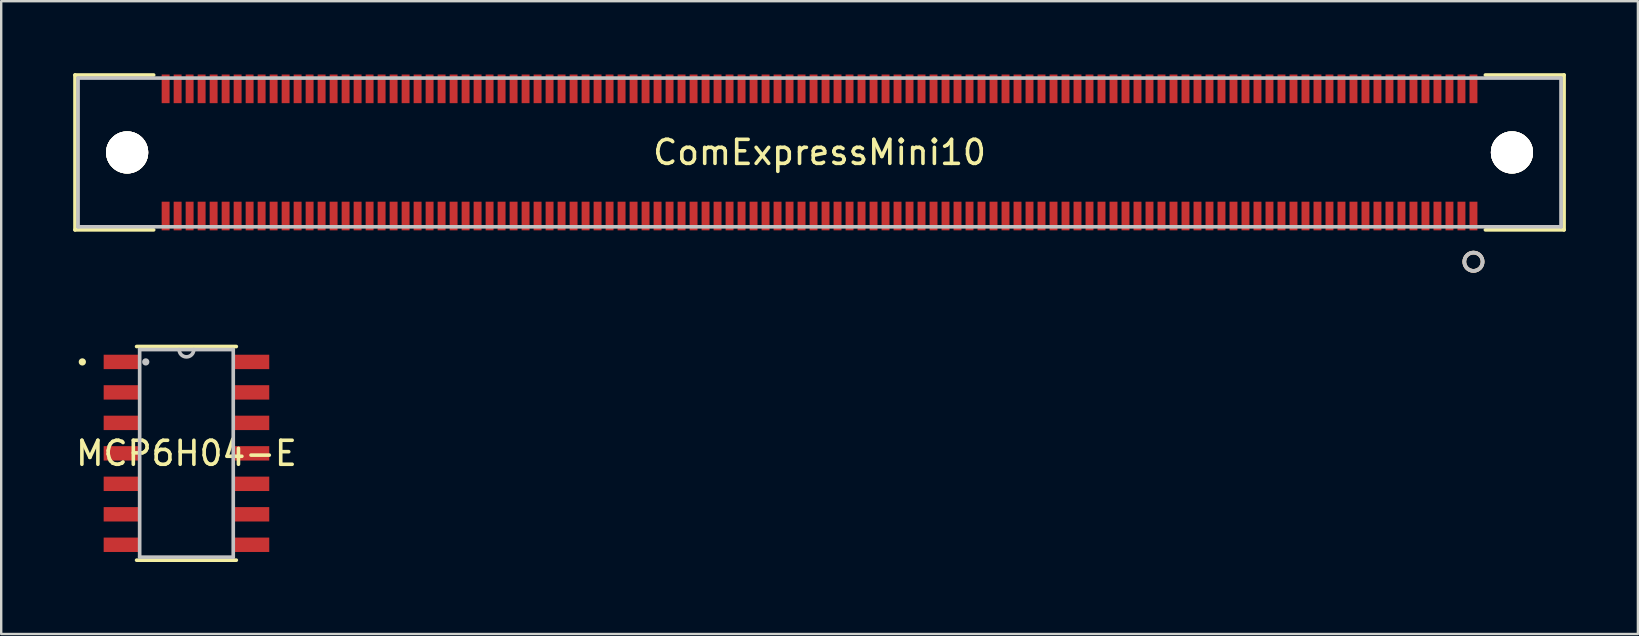
<source format=kicad_pcb>
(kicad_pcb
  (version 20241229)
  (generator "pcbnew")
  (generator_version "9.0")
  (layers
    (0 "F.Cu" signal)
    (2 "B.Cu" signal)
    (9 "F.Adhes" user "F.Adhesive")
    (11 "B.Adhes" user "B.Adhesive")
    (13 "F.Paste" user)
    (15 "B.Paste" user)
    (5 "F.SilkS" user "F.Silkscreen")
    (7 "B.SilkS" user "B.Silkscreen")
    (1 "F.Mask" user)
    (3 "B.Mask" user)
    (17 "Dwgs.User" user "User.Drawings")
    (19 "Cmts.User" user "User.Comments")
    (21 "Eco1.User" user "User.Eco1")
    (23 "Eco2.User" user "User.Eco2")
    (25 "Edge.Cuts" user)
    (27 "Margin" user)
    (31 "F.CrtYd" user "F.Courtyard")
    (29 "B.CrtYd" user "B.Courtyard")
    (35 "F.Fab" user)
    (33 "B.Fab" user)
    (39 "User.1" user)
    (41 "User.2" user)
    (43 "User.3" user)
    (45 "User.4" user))
  (footprint "ComExpressMini10"
    (layer "F.Cu")
    (at 3.852 0.652)
    (property "Reference" "ComExpressMini10" (at 27.25 2.65 0) (layer "F.SilkS") (effects (font (size 1 1) (thickness 0.15))))
    (attr through_hole)
    (fp_line (start -3.776 -0.576) (end -3.776 5.876) (stroke (width 0.152) (type solid)) (layer "F.SilkS"))
    (fp_line (start -3.776 5.876) (end -0.498 5.876) (stroke (width 0.152) (type solid)) (layer "F.SilkS"))
    (fp_line (start -0.498 -0.576) (end -3.776 -0.576) (stroke (width 0.152) (type solid)) (layer "F.SilkS"))
    (fp_line (start 54.998 5.876) (end 58.276 5.876) (stroke (width 0.152) (type solid)) (layer "F.SilkS"))
    (fp_line (start 58.276 -0.576) (end 54.997 -0.576) (stroke (width 0.152) (type solid)) (layer "F.SilkS"))
    (fp_line (start 58.276 5.876) (end 58.276 -0.576) (stroke (width 0.152) (type solid)) (layer "F.SilkS"))
    (fp_circle (center 54.5 7.205) (end 54.881 7.205) (stroke (width 0.152) (type solid)) (fill no) (layer "F.SilkS"))
    (fp_circle (center 54.5 7.205) (end 54.881 7.205) (stroke (width 0.152) (type solid)) (fill no) (layer "B.SilkS"))
    (fp_line (start -3.649 -0.449) (end -3.649 5.749) (stroke (width 0.152) (type solid)) (layer "Dwgs.User"))
    (fp_line (start -3.649 5.749) (end 58.149 5.749) (stroke (width 0.152) (type solid)) (layer "Dwgs.User"))
    (fp_line (start 58.149 -0.449) (end -3.649 -0.449) (stroke (width 0.152) (type solid)) (layer "Dwgs.User"))
    (fp_line (start 58.149 5.749) (end 58.149 -0.449) (stroke (width 0.152) (type solid)) (layer "Dwgs.User"))
    (fp_circle (center 54.5 7.205) (end 54.881 7.205) (stroke (width 0.152) (type solid)) (fill no) (layer "Dwgs.User"))
    (fp_text user "Copyright 2016 Accelerated Designs. All rights reserved." (at 0 0 0) (layer "Cmts.User") (effects (font (size 0.127 0.127) (thickness 0.002))))
    (pad "1" smd rect (at 54.5 5.3) (size 0.33 1.194) (layers "F.Cu"))
    (pad "2" smd rect (at 54 5.3) (size 0.33 1.194) (layers "F.Cu"))
    (pad "3" smd rect (at 53.5 5.3) (size 0.33 1.194) (layers "F.Cu"))
    (pad "4" smd rect (at 53 5.3) (size 0.33 1.194) (layers "F.Cu"))
    (pad "5" smd rect (at 52.5 5.3) (size 0.33 1.194) (layers "F.Cu"))
    (pad "6" smd rect (at 52 5.3) (size 0.33 1.194) (layers "F.Cu"))
    (pad "7" smd rect (at 51.5 5.3) (size 0.33 1.194) (layers "F.Cu"))
    (pad "8" smd rect (at 51 5.3) (size 0.33 1.194) (layers "F.Cu"))
    (pad "9" smd rect (at 50.5 5.3) (size 0.33 1.194) (layers "F.Cu"))
    (pad "10" smd rect (at 50 5.3) (size 0.33 1.194) (layers "F.Cu"))
    (pad "11" smd rect (at 49.5 5.3) (size 0.33 1.194) (layers "F.Cu"))
    (pad "12" smd rect (at 49 5.3) (size 0.33 1.194) (layers "F.Cu"))
    (pad "13" smd rect (at 48.5 5.3) (size 0.33 1.194) (layers "F.Cu"))
    (pad "14" smd rect (at 48 5.3) (size 0.33 1.194) (layers "F.Cu"))
    (pad "15" smd rect (at 47.5 5.3) (size 0.33 1.194) (layers "F.Cu"))
    (pad "16" smd rect (at 47 5.3) (size 0.33 1.194) (layers "F.Cu"))
    (pad "17" smd rect (at 46.5 5.3) (size 0.33 1.194) (layers "F.Cu"))
    (pad "18" smd rect (at 46 5.3) (size 0.33 1.194) (layers "F.Cu"))
    (pad "19" smd rect (at 45.5 5.3) (size 0.33 1.194) (layers "F.Cu"))
    (pad "20" smd rect (at 45 5.3) (size 0.33 1.194) (layers "F.Cu"))
    (pad "21" smd rect (at 44.5 5.3) (size 0.33 1.194) (layers "F.Cu"))
    (pad "22" smd rect (at 44 5.3) (size 0.33 1.194) (layers "F.Cu"))
    (pad "23" smd rect (at 43.5 5.3) (size 0.33 1.194) (layers "F.Cu"))
    (pad "24" smd rect (at 43 5.3) (size 0.33 1.194) (layers "F.Cu"))
    (pad "25" smd rect (at 42.5 5.3) (size 0.33 1.194) (layers "F.Cu"))
    (pad "26" smd rect (at 42 5.3) (size 0.33 1.194) (layers "F.Cu"))
    (pad "27" smd rect (at 41.5 5.3) (size 0.33 1.194) (layers "F.Cu"))
    (pad "28" smd rect (at 41 5.3) (size 0.33 1.194) (layers "F.Cu"))
    (pad "29" smd rect (at 40.5 5.3) (size 0.33 1.194) (layers "F.Cu"))
    (pad "30" smd rect (at 40 5.3) (size 0.33 1.194) (layers "F.Cu"))
    (pad "31" smd rect (at 39.5 5.3) (size 0.33 1.194) (layers "F.Cu"))
    (pad "32" smd rect (at 39 5.3) (size 0.33 1.194) (layers "F.Cu"))
    (pad "33" smd rect (at 38.5 5.3) (size 0.33 1.194) (layers "F.Cu"))
    (pad "34" smd rect (at 38 5.3) (size 0.33 1.194) (layers "F.Cu"))
    (pad "35" smd rect (at 37.5 5.3) (size 0.33 1.194) (layers "F.Cu"))
    (pad "36" smd rect (at 37 5.3) (size 0.33 1.194) (layers "F.Cu"))
    (pad "37" smd rect (at 36.5 5.3) (size 0.33 1.194) (layers "F.Cu"))
    (pad "38" smd rect (at 36 5.3) (size 0.33 1.194) (layers "F.Cu"))
    (pad "39" smd rect (at 35.5 5.3) (size 0.33 1.194) (layers "F.Cu"))
    (pad "40" smd rect (at 35 5.3) (size 0.33 1.194) (layers "F.Cu"))
    (pad "41" smd rect (at 34.5 5.3) (size 0.33 1.194) (layers "F.Cu"))
    (pad "42" smd rect (at 34 5.3) (size 0.33 1.194) (layers "F.Cu"))
    (pad "43" smd rect (at 33.5 5.3) (size 0.33 1.194) (layers "F.Cu"))
    (pad "44" smd rect (at 33 5.3) (size 0.33 1.194) (layers "F.Cu"))
    (pad "45" smd rect (at 32.5 5.3) (size 0.33 1.194) (layers "F.Cu"))
    (pad "46" smd rect (at 32 5.3) (size 0.33 1.194) (layers "F.Cu"))
    (pad "47" smd rect (at 31.5 5.3) (size 0.33 1.194) (layers "F.Cu"))
    (pad "48" smd rect (at 31 5.3) (size 0.33 1.194) (layers "F.Cu"))
    (pad "49" smd rect (at 30.5 5.3) (size 0.33 1.194) (layers "F.Cu"))
    (pad "50" smd rect (at 30 5.3) (size 0.33 1.194) (layers "F.Cu"))
    (pad "51" smd rect (at 29.5 5.3) (size 0.33 1.194) (layers "F.Cu"))
    (pad "52" smd rect (at 29 5.3) (size 0.33 1.194) (layers "F.Cu"))
    (pad "53" smd rect (at 28.5 5.3) (size 0.33 1.194) (layers "F.Cu"))
    (pad "54" smd rect (at 28 5.3) (size 0.33 1.194) (layers "F.Cu"))
    (pad "55" smd rect (at 27.5 5.3) (size 0.33 1.194) (layers "F.Cu"))
    (pad "56" smd rect (at 27 5.3) (size 0.33 1.194) (layers "F.Cu"))
    (pad "57" smd rect (at 26.5 5.3) (size 0.33 1.194) (layers "F.Cu"))
    (pad "58" smd rect (at 26 5.3) (size 0.33 1.194) (layers "F.Cu"))
    (pad "59" smd rect (at 25.5 5.3) (size 0.33 1.194) (layers "F.Cu"))
    (pad "60" smd rect (at 25 5.3) (size 0.33 1.194) (layers "F.Cu"))
    (pad "61" smd rect (at 24.5 5.3) (size 0.33 1.194) (layers "F.Cu"))
    (pad "62" smd rect (at 24 5.3) (size 0.33 1.194) (layers "F.Cu"))
    (pad "63" smd rect (at 23.5 5.3) (size 0.33 1.194) (layers "F.Cu"))
    (pad "64" smd rect (at 23 5.3) (size 0.33 1.194) (layers "F.Cu"))
    (pad "65" smd rect (at 22.5 5.3) (size 0.33 1.194) (layers "F.Cu"))
    (pad "66" smd rect (at 22 5.3) (size 0.33 1.194) (layers "F.Cu"))
    (pad "67" smd rect (at 21.5 5.3) (size 0.33 1.194) (layers "F.Cu"))
    (pad "68" smd rect (at 21 5.3) (size 0.33 1.194) (layers "F.Cu"))
    (pad "69" smd rect (at 20.5 5.3) (size 0.33 1.194) (layers "F.Cu"))
    (pad "70" smd rect (at 20 5.3) (size 0.33 1.194) (layers "F.Cu"))
    (pad "71" smd rect (at 19.5 5.3) (size 0.33 1.194) (layers "F.Cu"))
    (pad "72" smd rect (at 19 5.3) (size 0.33 1.194) (layers "F.Cu"))
    (pad "73" smd rect (at 18.5 5.3) (size 0.33 1.194) (layers "F.Cu"))
    (pad "74" smd rect (at 18 5.3) (size 0.33 1.194) (layers "F.Cu"))
    (pad "75" smd rect (at 17.5 5.3) (size 0.33 1.194) (layers "F.Cu"))
    (pad "76" smd rect (at 17 5.3) (size 0.33 1.194) (layers "F.Cu"))
    (pad "77" smd rect (at 16.5 5.3) (size 0.33 1.194) (layers "F.Cu"))
    (pad "78" smd rect (at 16 5.3) (size 0.33 1.194) (layers "F.Cu"))
    (pad "79" smd rect (at 15.5 5.3) (size 0.33 1.194) (layers "F.Cu"))
    (pad "80" smd rect (at 15 5.3) (size 0.33 1.194) (layers "F.Cu"))
    (pad "81" smd rect (at 14.5 5.3) (size 0.33 1.194) (layers "F.Cu"))
    (pad "82" smd rect (at 14 5.3) (size 0.33 1.194) (layers "F.Cu"))
    (pad "83" smd rect (at 13.5 5.3) (size 0.33 1.194) (layers "F.Cu"))
    (pad "84" smd rect (at 13 5.3) (size 0.33 1.194) (layers "F.Cu"))
    (pad "85" smd rect (at 12.5 5.3) (size 0.33 1.194) (layers "F.Cu"))
    (pad "86" smd rect (at 12 5.3) (size 0.33 1.194) (layers "F.Cu"))
    (pad "87" smd rect (at 11.5 5.3) (size 0.33 1.194) (layers "F.Cu"))
    (pad "88" smd rect (at 11 5.3) (size 0.33 1.194) (layers "F.Cu"))
    (pad "89" smd rect (at 10.5 5.3) (size 0.33 1.194) (layers "F.Cu"))
    (pad "90" smd rect (at 10 5.3) (size 0.33 1.194) (layers "F.Cu"))
    (pad "91" smd rect (at 9.5 5.3) (size 0.33 1.194) (layers "F.Cu"))
    (pad "92" smd rect (at 9 5.3) (size 0.33 1.194) (layers "F.Cu"))
    (pad "93" smd rect (at 8.5 5.3) (size 0.33 1.194) (layers "F.Cu"))
    (pad "94" smd rect (at 8 5.3) (size 0.33 1.194) (layers "F.Cu"))
    (pad "95" smd rect (at 7.5 5.3) (size 0.33 1.194) (layers "F.Cu"))
    (pad "96" smd rect (at 7 5.3) (size 0.33 1.194) (layers "F.Cu"))
    (pad "97" smd rect (at 6.5 5.3) (size 0.33 1.194) (layers "F.Cu"))
    (pad "98" smd rect (at 6 5.3) (size 0.33 1.194) (layers "F.Cu"))
    (pad "99" smd rect (at 5.5 5.3) (size 0.33 1.194) (layers "F.Cu"))
    (pad "100" smd rect (at 5 5.3) (size 0.33 1.194) (layers "F.Cu"))
    (pad "101" smd rect (at 4.5 5.3) (size 0.33 1.194) (layers "F.Cu"))
    (pad "102" smd rect (at 4 5.3) (size 0.33 1.194) (layers "F.Cu"))
    (pad "103" smd rect (at 3.5 5.3) (size 0.33 1.194) (layers "F.Cu"))
    (pad "104" smd rect (at 3 5.3) (size 0.33 1.194) (layers "F.Cu"))
    (pad "105" smd rect (at 2.5 5.3) (size 0.33 1.194) (layers "F.Cu"))
    (pad "106" smd rect (at 2 5.3) (size 0.33 1.194) (layers "F.Cu"))
    (pad "107" smd rect (at 1.5 5.3) (size 0.33 1.194) (layers "F.Cu"))
    (pad "108" smd rect (at 1 5.3) (size 0.33 1.194) (layers "F.Cu"))
    (pad "109" smd rect (at 0.5 5.3) (size 0.33 1.194) (layers "F.Cu"))
    (pad "110" smd rect (at 0.000003 5.3) (size 0.33 1.194) (layers "F.Cu"))
    (pad "111" smd rect (at 54.5 0) (size 0.33 1.194) (layers "F.Cu"))
    (pad "112" smd rect (at 54 0) (size 0.33 1.194) (layers "F.Cu"))
    (pad "113" smd rect (at 53.5 0) (size 0.33 1.194) (layers "F.Cu"))
    (pad "114" smd rect (at 53 0) (size 0.33 1.194) (layers "F.Cu"))
    (pad "115" smd rect (at 52.5 0) (size 0.33 1.194) (layers "F.Cu"))
    (pad "116" smd rect (at 52 0) (size 0.33 1.194) (layers "F.Cu"))
    (pad "117" smd rect (at 51.5 0) (size 0.33 1.194) (layers "F.Cu"))
    (pad "118" smd rect (at 51 0) (size 0.33 1.194) (layers "F.Cu"))
    (pad "119" smd rect (at 50.5 0) (size 0.33 1.194) (layers "F.Cu"))
    (pad "120" smd rect (at 50 0) (size 0.33 1.194) (layers "F.Cu"))
    (pad "121" smd rect (at 49.5 0) (size 0.33 1.194) (layers "F.Cu"))
    (pad "122" smd rect (at 49 0) (size 0.33 1.194) (layers "F.Cu"))
    (pad "123" smd rect (at 48.5 0) (size 0.33 1.194) (layers "F.Cu"))
    (pad "124" smd rect (at 48 0) (size 0.33 1.194) (layers "F.Cu"))
    (pad "125" smd rect (at 47.5 0) (size 0.33 1.194) (layers "F.Cu"))
    (pad "126" smd rect (at 47 0) (size 0.33 1.194) (layers "F.Cu"))
    (pad "127" smd rect (at 46.5 0) (size 0.33 1.194) (layers "F.Cu"))
    (pad "128" smd rect (at 46 0) (size 0.33 1.194) (layers "F.Cu"))
    (pad "129" smd rect (at 45.5 0) (size 0.33 1.194) (layers "F.Cu"))
    (pad "130" smd rect (at 45 0) (size 0.33 1.194) (layers "F.Cu"))
    (pad "131" smd rect (at 44.5 0) (size 0.33 1.194) (layers "F.Cu"))
    (pad "132" smd rect (at 44 0) (size 0.33 1.194) (layers "F.Cu"))
    (pad "133" smd rect (at 43.5 0) (size 0.33 1.194) (layers "F.Cu"))
    (pad "134" smd rect (at 43 0) (size 0.33 1.194) (layers "F.Cu"))
    (pad "135" smd rect (at 42.5 0) (size 0.33 1.194) (layers "F.Cu"))
    (pad "136" smd rect (at 42 0) (size 0.33 1.194) (layers "F.Cu"))
    (pad "137" smd rect (at 41.5 0) (size 0.33 1.194) (layers "F.Cu"))
    (pad "138" smd rect (at 41 0) (size 0.33 1.194) (layers "F.Cu"))
    (pad "139" smd rect (at 40.5 0) (size 0.33 1.194) (layers "F.Cu"))
    (pad "140" smd rect (at 40 0) (size 0.33 1.194) (layers "F.Cu"))
    (pad "141" smd rect (at 39.5 0) (size 0.33 1.194) (layers "F.Cu"))
    (pad "142" smd rect (at 39 0) (size 0.33 1.194) (layers "F.Cu"))
    (pad "143" smd rect (at 38.5 0) (size 0.33 1.194) (layers "F.Cu"))
    (pad "144" smd rect (at 38 0) (size 0.33 1.194) (layers "F.Cu"))
    (pad "145" smd rect (at 37.5 0) (size 0.33 1.194) (layers "F.Cu"))
    (pad "146" smd rect (at 37 0) (size 0.33 1.194) (layers "F.Cu"))
    (pad "147" smd rect (at 36.5 0) (size 0.33 1.194) (layers "F.Cu"))
    (pad "148" smd rect (at 36 0) (size 0.33 1.194) (layers "F.Cu"))
    (pad "149" smd rect (at 35.5 0) (size 0.33 1.194) (layers "F.Cu"))
    (pad "150" smd rect (at 35 0) (size 0.33 1.194) (layers "F.Cu"))
    (pad "151" smd rect (at 34.5 0) (size 0.33 1.194) (layers "F.Cu"))
    (pad "152" smd rect (at 34 0) (size 0.33 1.194) (layers "F.Cu"))
    (pad "153" smd rect (at 33.5 0) (size 0.33 1.194) (layers "F.Cu"))
    (pad "154" smd rect (at 33 0) (size 0.33 1.194) (layers "F.Cu"))
    (pad "155" smd rect (at 32.5 0) (size 0.33 1.194) (layers "F.Cu"))
    (pad "156" smd rect (at 32 0) (size 0.33 1.194) (layers "F.Cu"))
    (pad "157" smd rect (at 31.5 0) (size 0.33 1.194) (layers "F.Cu"))
    (pad "158" smd rect (at 31 0) (size 0.33 1.194) (layers "F.Cu"))
    (pad "159" smd rect (at 30.5 0) (size 0.33 1.194) (layers "F.Cu"))
    (pad "160" smd rect (at 30 0) (size 0.33 1.194) (layers "F.Cu"))
    (pad "161" smd rect (at 29.5 0) (size 0.33 1.194) (layers "F.Cu"))
    (pad "162" smd rect (at 29 0) (size 0.33 1.194) (layers "F.Cu"))
    (pad "163" smd rect (at 28.5 0) (size 0.33 1.194) (layers "F.Cu"))
    (pad "164" smd rect (at 28 0) (size 0.33 1.194) (layers "F.Cu"))
    (pad "165" smd rect (at 27.5 0) (size 0.33 1.194) (layers "F.Cu"))
    (pad "166" smd rect (at 27 0) (size 0.33 1.194) (layers "F.Cu"))
    (pad "167" smd rect (at 26.5 0) (size 0.33 1.194) (layers "F.Cu"))
    (pad "168" smd rect (at 26 0) (size 0.33 1.194) (layers "F.Cu"))
    (pad "169" smd rect (at 25.5 0) (size 0.33 1.194) (layers "F.Cu"))
    (pad "170" smd rect (at 25 0) (size 0.33 1.194) (layers "F.Cu"))
    (pad "171" smd rect (at 24.5 0) (size 0.33 1.194) (layers "F.Cu"))
    (pad "172" smd rect (at 24 0) (size 0.33 1.194) (layers "F.Cu"))
    (pad "173" smd rect (at 23.5 0) (size 0.33 1.194) (layers "F.Cu"))
    (pad "174" smd rect (at 23 0) (size 0.33 1.194) (layers "F.Cu"))
    (pad "175" smd rect (at 22.5 0) (size 0.33 1.194) (layers "F.Cu"))
    (pad "176" smd rect (at 22 0) (size 0.33 1.194) (layers "F.Cu"))
    (pad "177" smd rect (at 21.5 0) (size 0.33 1.194) (layers "F.Cu"))
    (pad "178" smd rect (at 21 0) (size 0.33 1.194) (layers "F.Cu"))
    (pad "179" smd rect (at 20.5 0) (size 0.33 1.194) (layers "F.Cu"))
    (pad "180" smd rect (at 20 0) (size 0.33 1.194) (layers "F.Cu"))
    (pad "181" smd rect (at 19.5 0) (size 0.33 1.194) (layers "F.Cu"))
    (pad "182" smd rect (at 19 0) (size 0.33 1.194) (layers "F.Cu"))
    (pad "183" smd rect (at 18.5 0) (size 0.33 1.194) (layers "F.Cu"))
    (pad "184" smd rect (at 18 0) (size 0.33 1.194) (layers "F.Cu"))
    (pad "185" smd rect (at 17.5 0) (size 0.33 1.194) (layers "F.Cu"))
    (pad "186" smd rect (at 17 0) (size 0.33 1.194) (layers "F.Cu"))
    (pad "187" smd rect (at 16.5 0) (size 0.33 1.194) (layers "F.Cu"))
    (pad "188" smd rect (at 16 0) (size 0.33 1.194) (layers "F.Cu"))
    (pad "189" smd rect (at 15.5 0) (size 0.33 1.194) (layers "F.Cu"))
    (pad "190" smd rect (at 15 0) (size 0.33 1.194) (layers "F.Cu"))
    (pad "191" smd rect (at 14.5 0) (size 0.33 1.194) (layers "F.Cu"))
    (pad "192" smd rect (at 14 0) (size 0.33 1.194) (layers "F.Cu"))
    (pad "193" smd rect (at 13.5 0) (size 0.33 1.194) (layers "F.Cu"))
    (pad "194" smd rect (at 13 0) (size 0.33 1.194) (layers "F.Cu"))
    (pad "195" smd rect (at 12.5 0) (size 0.33 1.194) (layers "F.Cu"))
    (pad "196" smd rect (at 12 0) (size 0.33 1.194) (layers "F.Cu"))
    (pad "197" smd rect (at 11.5 0) (size 0.33 1.194) (layers "F.Cu"))
    (pad "198" smd rect (at 11 0) (size 0.33 1.194) (layers "F.Cu"))
    (pad "199" smd rect (at 10.5 0) (size 0.33 1.194) (layers "F.Cu"))
    (pad "200" smd rect (at 10 0) (size 0.33 1.194) (layers "F.Cu"))
    (pad "201" smd rect (at 9.5 0) (size 0.33 1.194) (layers "F.Cu"))
    (pad "202" smd rect (at 9 0) (size 0.33 1.194) (layers "F.Cu"))
    (pad "203" smd rect (at 8.5 0) (size 0.33 1.194) (layers "F.Cu"))
    (pad "204" smd rect (at 8 0) (size 0.33 1.194) (layers "F.Cu"))
    (pad "205" smd rect (at 7.5 0) (size 0.33 1.194) (layers "F.Cu"))
    (pad "206" smd rect (at 7 0) (size 0.33 1.194) (layers "F.Cu"))
    (pad "207" smd rect (at 6.5 0) (size 0.33 1.194) (layers "F.Cu"))
    (pad "208" smd rect (at 6 0) (size 0.33 1.194) (layers "F.Cu"))
    (pad "209" smd rect (at 5.5 0) (size 0.33 1.194) (layers "F.Cu"))
    (pad "210" smd rect (at 5 0) (size 0.33 1.194) (layers "F.Cu"))
    (pad "211" smd rect (at 4.5 0) (size 0.33 1.194) (layers "F.Cu"))
    (pad "212" smd rect (at 4 0) (size 0.33 1.194) (layers "F.Cu"))
    (pad "213" smd rect (at 3.5 0) (size 0.33 1.194) (layers "F.Cu"))
    (pad "214" smd rect (at 3 0) (size 0.33 1.194) (layers "F.Cu"))
    (pad "215" smd rect (at 2.5 0) (size 0.33 1.194) (layers "F.Cu"))
    (pad "216" smd rect (at 2 0) (size 0.33 1.194) (layers "F.Cu"))
    (pad "217" smd rect (at 1.5 0) (size 0.33 1.194) (layers "F.Cu"))
    (pad "218" smd rect (at 1 0) (size 0.33 1.194) (layers "F.Cu"))
    (pad "219" smd rect (at 0.5 0) (size 0.33 1.194) (layers "F.Cu"))
    (pad "220" smd rect (at 0.000003 0) (size 0.33 1.194) (layers "F.Cu"))
    (pad "221" thru_hole circle (at -1.604 2.65) (size 1.753 1.753) (drill 1.753) (layers "*.Cu" "F.SilkS"))
    (pad "221" thru_hole circle (at -1.604 2.65) (size 1.753 1.753) (drill 1.753) (layers "*.Cu" "F.SilkS"))
    (pad "222" thru_hole circle (at 56.104 2.65) (size 1.753 1.753) (drill 1.753) (layers "*.Cu" "F.SilkS"))
    (pad "222" thru_hole circle (at 56.104 2.65) (size 1.753 1.753) (drill 1.753) (layers "*.Cu" "F.SilkS")))
  (footprint "MCP6H04-E"
    (layer "F.Cu")
    (at 4.72 15.842)
    (property "Reference" "MCP6H04-E" (at 0 0 0) (layer "F.SilkS") (effects (font (size 1 1) (thickness 0.15))))
    (attr through_hole)
    (fp_line (start -2.077 4.452) (end 2.077 4.452) (stroke (width 0.152) (type solid)) (layer "F.SilkS"))
    (fp_line (start 2.077 -4.452) (end -2.077 -4.452) (stroke (width 0.152) (type solid)) (layer "F.SilkS"))
    (fp_circle (center -4.339 -3.81) (end -4.263 -3.81) (stroke (width 0.152) (type solid)) (fill no) (layer "F.SilkS"))
    (fp_line (start -1.95 -4.325) (end -1.95 4.325) (stroke (width 0.152) (type solid)) (layer "Dwgs.User"))
    (fp_line (start -1.95 4.325) (end 1.95 4.325) (stroke (width 0.152) (type solid)) (layer "Dwgs.User"))
    (fp_line (start 1.95 -4.325) (end -1.95 -4.325) (stroke (width 0.152) (type solid)) (layer "Dwgs.User"))
    (fp_line (start 1.95 4.325) (end 1.95 -4.325) (stroke (width 0.152) (type solid)) (layer "Dwgs.User"))
    (fp_arc (start 0.3048 -4.325) (mid 0 -4.0202) (end -0.3048 -4.325) (stroke (width 0.1524) (type solid)) (layer "Dwgs.User"))
    (fp_circle (center -1.696 -3.81) (end -1.62 -3.81) (stroke (width 0.152) (type solid)) (fill no) (layer "Dwgs.User"))
    (fp_text user "Copyright 2016 Accelerated Designs. All rights reserved." (at 0 0 0) (layer "Cmts.User") (effects (font (size 0.127 0.127) (thickness 0.002))))
    (pad "" smd rect (at -2.7 -3.81) (size 1.5 0.6) (layers "F.Mask"))
    (pad "" smd rect (at -2.7 -3.81) (size 1.5 0.6) (layers "F.Paste"))
    (pad "" smd rect (at -2.7 -2.54) (size 1.5 0.6) (layers "F.Mask"))
    (pad "" smd rect (at -2.7 -2.54) (size 1.5 0.6) (layers "F.Paste"))
    (pad "" smd rect (at -2.7 -1.27) (size 1.5 0.6) (layers "F.Mask"))
    (pad "" smd rect (at -2.7 -1.27) (size 1.5 0.6) (layers "F.Paste"))
    (pad "" smd rect (at -2.7 0) (size 1.5 0.6) (layers "F.Mask"))
    (pad "" smd rect (at -2.7 0) (size 1.5 0.6) (layers "F.Paste"))
    (pad "" smd rect (at -2.7 1.27) (size 1.5 0.6) (layers "F.Mask"))
    (pad "" smd rect (at -2.7 1.27) (size 1.5 0.6) (layers "F.Paste"))
    (pad "" smd rect (at -2.7 2.54) (size 1.5 0.6) (layers "F.Mask"))
    (pad "" smd rect (at -2.7 2.54) (size 1.5 0.6) (layers "F.Paste"))
    (pad "" smd rect (at -2.7 3.81) (size 1.5 0.6) (layers "F.Mask"))
    (pad "" smd rect (at -2.7 3.81) (size 1.5 0.6) (layers "F.Paste"))
    (pad "" smd rect (at 2.7 -3.81) (size 1.5 0.6) (layers "F.Mask"))
    (pad "" smd rect (at 2.7 -3.81) (size 1.5 0.6) (layers "F.Paste"))
    (pad "" smd rect (at 2.7 -2.54) (size 1.5 0.6) (layers "F.Mask"))
    (pad "" smd rect (at 2.7 -2.54) (size 1.5 0.6) (layers "F.Paste"))
    (pad "" smd rect (at 2.7 -1.27) (size 1.5 0.6) (layers "F.Mask"))
    (pad "" smd rect (at 2.7 -1.27) (size 1.5 0.6) (layers "F.Paste"))
    (pad "" smd rect (at 2.7 0) (size 1.5 0.6) (layers "F.Mask"))
    (pad "" smd rect (at 2.7 0) (size 1.5 0.6) (layers "F.Paste"))
    (pad "" smd rect (at 2.7 1.27) (size 1.5 0.6) (layers "F.Mask"))
    (pad "" smd rect (at 2.7 1.27) (size 1.5 0.6) (layers "F.Paste"))
    (pad "" smd rect (at 2.7 2.54) (size 1.5 0.6) (layers "F.Mask"))
    (pad "" smd rect (at 2.7 2.54) (size 1.5 0.6) (layers "F.Paste"))
    (pad "" smd rect (at 2.7 3.81) (size 1.5 0.6) (layers "F.Mask"))
    (pad "" smd rect (at 2.7 3.81) (size 1.5 0.6) (layers "F.Paste"))
    (pad "1" smd rect (at -2.7 -3.81) (size 1.5 0.6) (layers "F.Cu"))
    (pad "2" smd rect (at -2.7 -2.54) (size 1.5 0.6) (layers "F.Cu"))
    (pad "3" smd rect (at -2.7 -1.27) (size 1.5 0.6) (layers "F.Cu"))
    (pad "4" smd rect (at -2.7 0) (size 1.5 0.6) (layers "F.Cu"))
    (pad "5" smd rect (at -2.7 1.27) (size 1.5 0.6) (layers "F.Cu"))
    (pad "6" smd rect (at -2.7 2.54) (size 1.5 0.6) (layers "F.Cu"))
    (pad "7" smd rect (at -2.7 3.81) (size 1.5 0.6) (layers "F.Cu"))
    (pad "8" smd rect (at 2.7 3.81) (size 1.5 0.6) (layers "F.Cu"))
    (pad "9" smd rect (at 2.7 2.54) (size 1.5 0.6) (layers "F.Cu"))
    (pad "10" smd rect (at 2.7 1.27) (size 1.5 0.6) (layers "F.Cu"))
    (pad "11" smd rect (at 2.7 0) (size 1.5 0.6) (layers "F.Cu"))
    (pad "12" smd rect (at 2.7 -1.27) (size 1.5 0.6) (layers "F.Cu"))
    (pad "13" smd rect (at 2.7 -2.54) (size 1.5 0.6) (layers "F.Cu"))
    (pad "14" smd rect (at 2.7 -3.81) (size 1.5 0.6) (layers "F.Cu")))
  (gr_rect
    (start -3 -3)
    (end 65.205 23.371)
    (stroke (width 0.1) (type default))
    (fill no)
    (layer "Edge.Cuts")))
</source>
